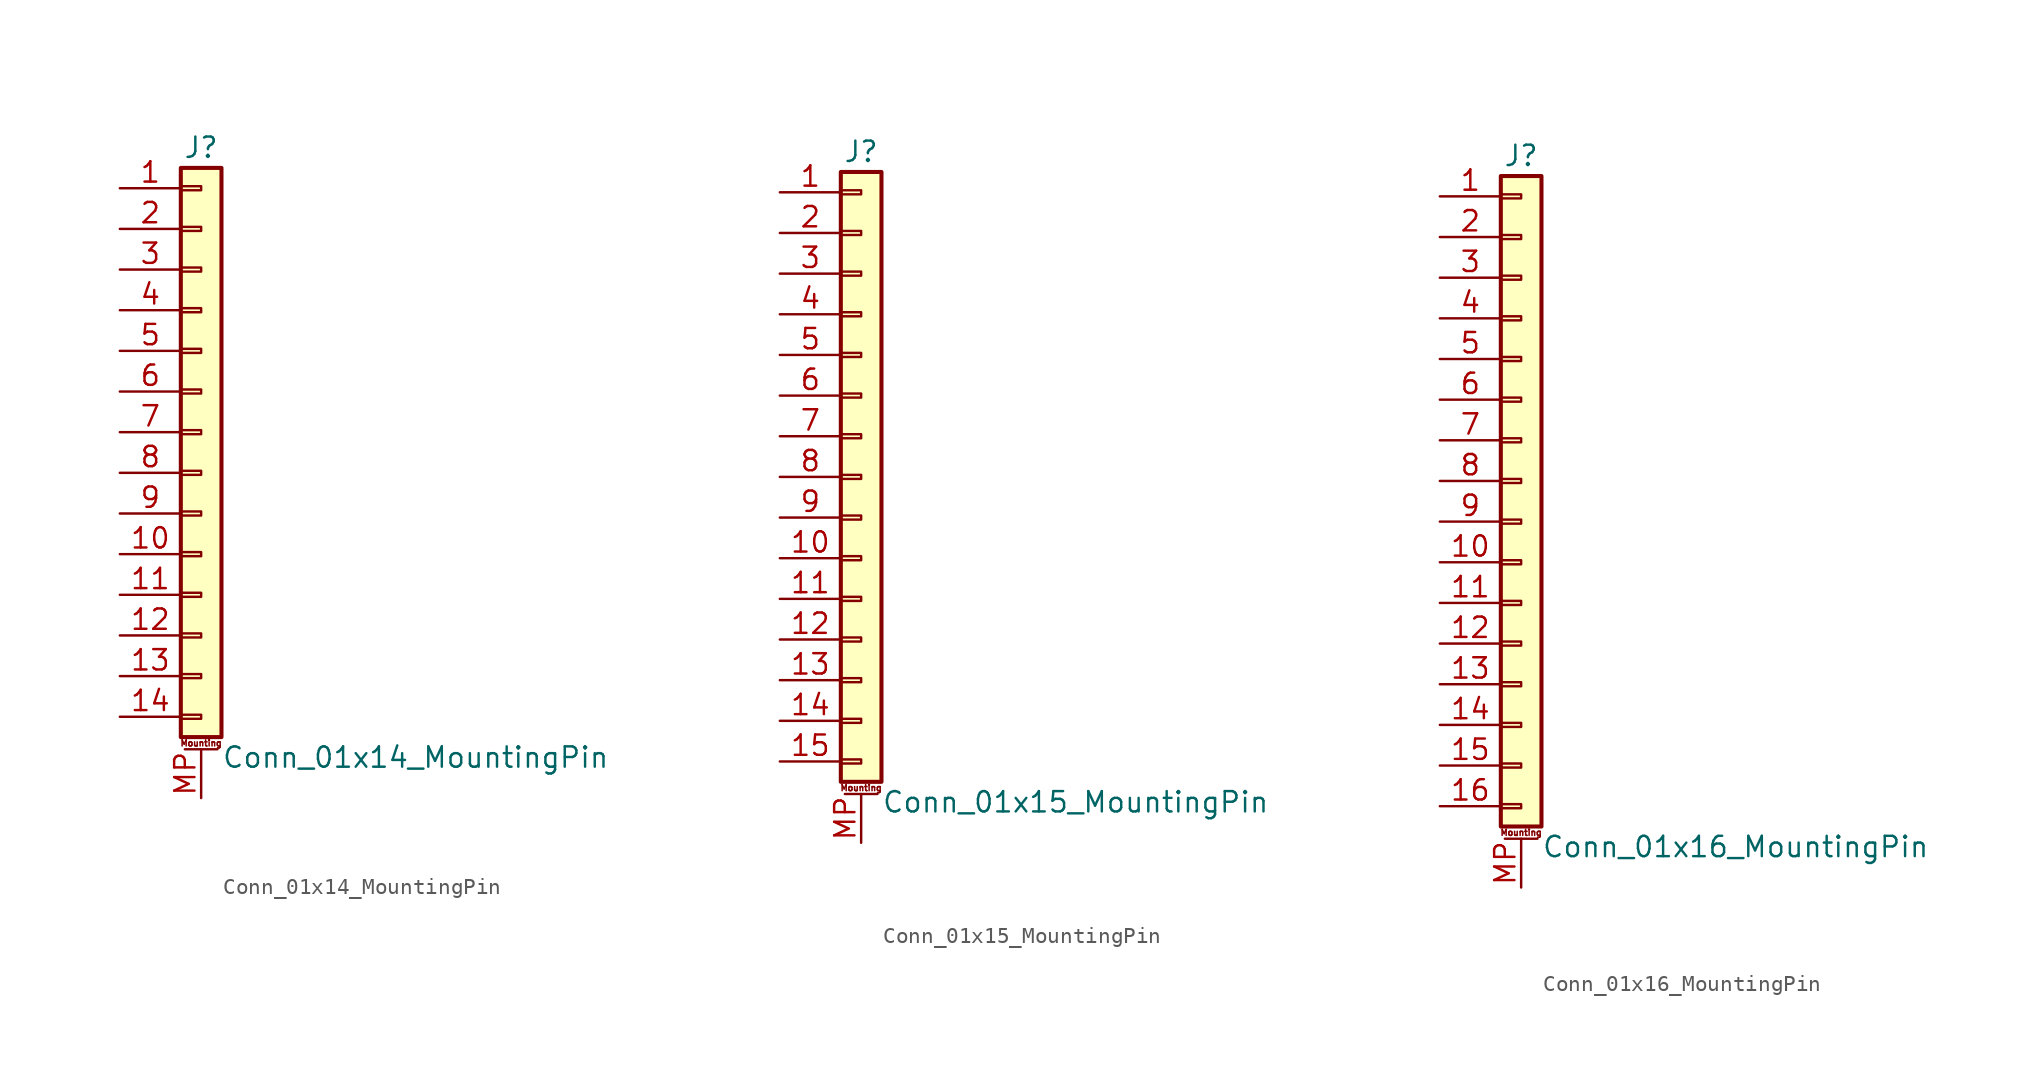
<source format=kicad_sym>
(kicad_symbol_lib
  (version 20201005)
  (generator kicad_symbol_editor)
  (symbol "Conn_01x14_MountingPin"
    (pin_names
      (offset 1.016) hide)
    (property "Reference" "J"
      (at 0 17.78 0)
      (effects (font (size 1.27 1.27))))
    (property "Value" "Conn_01x14_MountingPin"
      (at 1.27 -20.32 0)
      (effects (font (size 1.27 1.27)) (justify left)))
    (symbol "Conn_01x14_MountingPin_1_1"
      (text "Mounting" (at 0 -19.431 0) (effects (font (size 0.381 0.381))))
      (rectangle (start -1.27 -17.653) (end 0 -17.907) (stroke (width 0.152)) (fill (type none)))
      (rectangle (start -1.27 -15.113) (end 0 -15.367) (stroke (width 0.152)) (fill (type none)))
      (rectangle (start -1.27 -12.573) (end 0 -12.827) (stroke (width 0.152)) (fill (type none)))
      (rectangle (start -1.27 -10.033) (end 0 -10.287) (stroke (width 0.152)) (fill (type none)))
      (rectangle (start -1.27 -7.493) (end 0 -7.747) (stroke (width 0.152)) (fill (type none)))
      (rectangle (start -1.27 -4.953) (end 0 -5.207) (stroke (width 0.152)) (fill (type none)))
      (rectangle (start -1.27 -2.413) (end 0 -2.667) (stroke (width 0.152)) (fill (type none)))
      (rectangle (start -1.27 0.127) (end 0 -0.127) (stroke (width 0.152)) (fill (type none)))
      (rectangle (start -1.27 2.667) (end 0 2.413) (stroke (width 0.152)) (fill (type none)))
      (rectangle (start -1.27 5.207) (end 0 4.953) (stroke (width 0.152)) (fill (type none)))
      (rectangle (start -1.27 7.747) (end 0 7.493) (stroke (width 0.152)) (fill (type none)))
      (rectangle (start -1.27 10.287) (end 0 10.033) (stroke (width 0.152)) (fill (type none)))
      (rectangle (start -1.27 12.827) (end 0 12.573) (stroke (width 0.152)) (fill (type none)))
      (rectangle (start -1.27 15.367) (end 0 15.113) (stroke (width 0.152)) (fill (type none)))
      (rectangle (start -1.27 16.51) (end 1.27 -19.05) (stroke (width 0.254)) (fill (type background)))
      (polyline (pts (xy -1.016 -19.812) (xy 1.016 -19.812)) (stroke (width 0.152)) (fill (type none)))
      (pin passive line (at -5.08 15.24 0) (length 3.81) (name "Pin_1" (effects (font (size 1.27 1.27)))) (number "1" (effects (font (size 1.27 1.27)))))
      (pin passive line (at -5.08 -7.62 0) (length 3.81) (name "Pin_10" (effects (font (size 1.27 1.27)))) (number "10" (effects (font (size 1.27 1.27)))))
      (pin passive line (at -5.08 -10.16 0) (length 3.81) (name "Pin_11" (effects (font (size 1.27 1.27)))) (number "11" (effects (font (size 1.27 1.27)))))
      (pin passive line (at -5.08 -12.7 0) (length 3.81) (name "Pin_12" (effects (font (size 1.27 1.27)))) (number "12" (effects (font (size 1.27 1.27)))))
      (pin passive line (at -5.08 -15.24 0) (length 3.81) (name "Pin_13" (effects (font (size 1.27 1.27)))) (number "13" (effects (font (size 1.27 1.27)))))
      (pin passive line (at -5.08 -17.78 0) (length 3.81) (name "Pin_14" (effects (font (size 1.27 1.27)))) (number "14" (effects (font (size 1.27 1.27)))))
      (pin passive line (at -5.08 12.7 0) (length 3.81) (name "Pin_2" (effects (font (size 1.27 1.27)))) (number "2" (effects (font (size 1.27 1.27)))))
      (pin passive line (at -5.08 10.16 0) (length 3.81) (name "Pin_3" (effects (font (size 1.27 1.27)))) (number "3" (effects (font (size 1.27 1.27)))))
      (pin passive line (at -5.08 7.62 0) (length 3.81) (name "Pin_4" (effects (font (size 1.27 1.27)))) (number "4" (effects (font (size 1.27 1.27)))))
      (pin passive line (at -5.08 5.08 0) (length 3.81) (name "Pin_5" (effects (font (size 1.27 1.27)))) (number "5" (effects (font (size 1.27 1.27)))))
      (pin passive line (at -5.08 2.54 0) (length 3.81) (name "Pin_6" (effects (font (size 1.27 1.27)))) (number "6" (effects (font (size 1.27 1.27)))))
      (pin passive line (at -5.08 0 0) (length 3.81) (name "Pin_7" (effects (font (size 1.27 1.27)))) (number "7" (effects (font (size 1.27 1.27)))))
      (pin passive line (at -5.08 -2.54 0) (length 3.81) (name "Pin_8" (effects (font (size 1.27 1.27)))) (number "8" (effects (font (size 1.27 1.27)))))
      (pin passive line (at -5.08 -5.08 0) (length 3.81) (name "Pin_9" (effects (font (size 1.27 1.27)))) (number "9" (effects (font (size 1.27 1.27)))))
      (pin passive line (at 0 -22.86 90) (length 3.048) (name "MountPin" (effects (font (size 1.27 1.27)))) (number "MP" (effects (font (size 1.27 1.27)))))))
  (symbol "Conn_01x15_MountingPin"
    (pin_names
      (offset 1.016) hide)
    (property "Reference" "J"
      (at 0 20.32 0)
      (effects (font (size 1.27 1.27))))
    (property "Value" "Conn_01x15_MountingPin"
      (at 1.27 -20.32 0)
      (effects (font (size 1.27 1.27)) (justify left)))
    (symbol "Conn_01x15_MountingPin_1_1"
      (text "Mounting" (at 0 -19.431 0) (effects (font (size 0.381 0.381))))
      (rectangle (start -1.27 -17.653) (end 0 -17.907) (stroke (width 0.152)) (fill (type none)))
      (rectangle (start -1.27 -15.113) (end 0 -15.367) (stroke (width 0.152)) (fill (type none)))
      (rectangle (start -1.27 -12.573) (end 0 -12.827) (stroke (width 0.152)) (fill (type none)))
      (rectangle (start -1.27 -10.033) (end 0 -10.287) (stroke (width 0.152)) (fill (type none)))
      (rectangle (start -1.27 -7.493) (end 0 -7.747) (stroke (width 0.152)) (fill (type none)))
      (rectangle (start -1.27 -4.953) (end 0 -5.207) (stroke (width 0.152)) (fill (type none)))
      (rectangle (start -1.27 -2.413) (end 0 -2.667) (stroke (width 0.152)) (fill (type none)))
      (rectangle (start -1.27 0.127) (end 0 -0.127) (stroke (width 0.152)) (fill (type none)))
      (rectangle (start -1.27 2.667) (end 0 2.413) (stroke (width 0.152)) (fill (type none)))
      (rectangle (start -1.27 5.207) (end 0 4.953) (stroke (width 0.152)) (fill (type none)))
      (rectangle (start -1.27 7.747) (end 0 7.493) (stroke (width 0.152)) (fill (type none)))
      (rectangle (start -1.27 10.287) (end 0 10.033) (stroke (width 0.152)) (fill (type none)))
      (rectangle (start -1.27 12.827) (end 0 12.573) (stroke (width 0.152)) (fill (type none)))
      (rectangle (start -1.27 15.367) (end 0 15.113) (stroke (width 0.152)) (fill (type none)))
      (rectangle (start -1.27 17.907) (end 0 17.653) (stroke (width 0.152)) (fill (type none)))
      (rectangle (start -1.27 19.05) (end 1.27 -19.05) (stroke (width 0.254)) (fill (type background)))
      (polyline (pts (xy -1.016 -19.812) (xy 1.016 -19.812)) (stroke (width 0.152)) (fill (type none)))
      (pin passive line (at -5.08 17.78 0) (length 3.81) (name "Pin_1" (effects (font (size 1.27 1.27)))) (number "1" (effects (font (size 1.27 1.27)))))
      (pin passive line (at -5.08 -5.08 0) (length 3.81) (name "Pin_10" (effects (font (size 1.27 1.27)))) (number "10" (effects (font (size 1.27 1.27)))))
      (pin passive line (at -5.08 -7.62 0) (length 3.81) (name "Pin_11" (effects (font (size 1.27 1.27)))) (number "11" (effects (font (size 1.27 1.27)))))
      (pin passive line (at -5.08 -10.16 0) (length 3.81) (name "Pin_12" (effects (font (size 1.27 1.27)))) (number "12" (effects (font (size 1.27 1.27)))))
      (pin passive line (at -5.08 -12.7 0) (length 3.81) (name "Pin_13" (effects (font (size 1.27 1.27)))) (number "13" (effects (font (size 1.27 1.27)))))
      (pin passive line (at -5.08 -15.24 0) (length 3.81) (name "Pin_14" (effects (font (size 1.27 1.27)))) (number "14" (effects (font (size 1.27 1.27)))))
      (pin passive line (at -5.08 -17.78 0) (length 3.81) (name "Pin_15" (effects (font (size 1.27 1.27)))) (number "15" (effects (font (size 1.27 1.27)))))
      (pin passive line (at -5.08 15.24 0) (length 3.81) (name "Pin_2" (effects (font (size 1.27 1.27)))) (number "2" (effects (font (size 1.27 1.27)))))
      (pin passive line (at -5.08 12.7 0) (length 3.81) (name "Pin_3" (effects (font (size 1.27 1.27)))) (number "3" (effects (font (size 1.27 1.27)))))
      (pin passive line (at -5.08 10.16 0) (length 3.81) (name "Pin_4" (effects (font (size 1.27 1.27)))) (number "4" (effects (font (size 1.27 1.27)))))
      (pin passive line (at -5.08 7.62 0) (length 3.81) (name "Pin_5" (effects (font (size 1.27 1.27)))) (number "5" (effects (font (size 1.27 1.27)))))
      (pin passive line (at -5.08 5.08 0) (length 3.81) (name "Pin_6" (effects (font (size 1.27 1.27)))) (number "6" (effects (font (size 1.27 1.27)))))
      (pin passive line (at -5.08 2.54 0) (length 3.81) (name "Pin_7" (effects (font (size 1.27 1.27)))) (number "7" (effects (font (size 1.27 1.27)))))
      (pin passive line (at -5.08 0 0) (length 3.81) (name "Pin_8" (effects (font (size 1.27 1.27)))) (number "8" (effects (font (size 1.27 1.27)))))
      (pin passive line (at -5.08 -2.54 0) (length 3.81) (name "Pin_9" (effects (font (size 1.27 1.27)))) (number "9" (effects (font (size 1.27 1.27)))))
      (pin passive line (at 0 -22.86 90) (length 3.048) (name "MountPin" (effects (font (size 1.27 1.27)))) (number "MP" (effects (font (size 1.27 1.27)))))))
  (symbol "Conn_01x16_MountingPin"
    (pin_names
      (offset 1.016) hide)
    (property "Reference" "J"
      (at 0 20.32 0)
      (effects (font (size 1.27 1.27))))
    (property "Value" "Conn_01x16_MountingPin"
      (at 1.27 -22.86 0)
      (effects (font (size 1.27 1.27)) (justify left)))
    (symbol "Conn_01x16_MountingPin_1_1"
      (text "Mounting" (at 0 -21.971 0) (effects (font (size 0.381 0.381))))
      (rectangle (start -1.27 -20.193) (end 0 -20.447) (stroke (width 0.152)) (fill (type none)))
      (rectangle (start -1.27 -17.653) (end 0 -17.907) (stroke (width 0.152)) (fill (type none)))
      (rectangle (start -1.27 -15.113) (end 0 -15.367) (stroke (width 0.152)) (fill (type none)))
      (rectangle (start -1.27 -12.573) (end 0 -12.827) (stroke (width 0.152)) (fill (type none)))
      (rectangle (start -1.27 -10.033) (end 0 -10.287) (stroke (width 0.152)) (fill (type none)))
      (rectangle (start -1.27 -7.493) (end 0 -7.747) (stroke (width 0.152)) (fill (type none)))
      (rectangle (start -1.27 -4.953) (end 0 -5.207) (stroke (width 0.152)) (fill (type none)))
      (rectangle (start -1.27 -2.413) (end 0 -2.667) (stroke (width 0.152)) (fill (type none)))
      (rectangle (start -1.27 0.127) (end 0 -0.127) (stroke (width 0.152)) (fill (type none)))
      (rectangle (start -1.27 2.667) (end 0 2.413) (stroke (width 0.152)) (fill (type none)))
      (rectangle (start -1.27 5.207) (end 0 4.953) (stroke (width 0.152)) (fill (type none)))
      (rectangle (start -1.27 7.747) (end 0 7.493) (stroke (width 0.152)) (fill (type none)))
      (rectangle (start -1.27 10.287) (end 0 10.033) (stroke (width 0.152)) (fill (type none)))
      (rectangle (start -1.27 12.827) (end 0 12.573) (stroke (width 0.152)) (fill (type none)))
      (rectangle (start -1.27 15.367) (end 0 15.113) (stroke (width 0.152)) (fill (type none)))
      (rectangle (start -1.27 17.907) (end 0 17.653) (stroke (width 0.152)) (fill (type none)))
      (rectangle (start -1.27 19.05) (end 1.27 -21.59) (stroke (width 0.254)) (fill (type background)))
      (polyline (pts (xy -1.016 -22.352) (xy 1.016 -22.352)) (stroke (width 0.152)) (fill (type none)))
      (pin passive line (at -5.08 17.78 0) (length 3.81) (name "Pin_1" (effects (font (size 1.27 1.27)))) (number "1" (effects (font (size 1.27 1.27)))))
      (pin passive line (at -5.08 -5.08 0) (length 3.81) (name "Pin_10" (effects (font (size 1.27 1.27)))) (number "10" (effects (font (size 1.27 1.27)))))
      (pin passive line (at -5.08 -7.62 0) (length 3.81) (name "Pin_11" (effects (font (size 1.27 1.27)))) (number "11" (effects (font (size 1.27 1.27)))))
      (pin passive line (at -5.08 -10.16 0) (length 3.81) (name "Pin_12" (effects (font (size 1.27 1.27)))) (number "12" (effects (font (size 1.27 1.27)))))
      (pin passive line (at -5.08 -12.7 0) (length 3.81) (name "Pin_13" (effects (font (size 1.27 1.27)))) (number "13" (effects (font (size 1.27 1.27)))))
      (pin passive line (at -5.08 -15.24 0) (length 3.81) (name "Pin_14" (effects (font (size 1.27 1.27)))) (number "14" (effects (font (size 1.27 1.27)))))
      (pin passive line (at -5.08 -17.78 0) (length 3.81) (name "Pin_15" (effects (font (size 1.27 1.27)))) (number "15" (effects (font (size 1.27 1.27)))))
      (pin passive line (at -5.08 -20.32 0) (length 3.81) (name "Pin_16" (effects (font (size 1.27 1.27)))) (number "16" (effects (font (size 1.27 1.27)))))
      (pin passive line (at -5.08 15.24 0) (length 3.81) (name "Pin_2" (effects (font (size 1.27 1.27)))) (number "2" (effects (font (size 1.27 1.27)))))
      (pin passive line (at -5.08 12.7 0) (length 3.81) (name "Pin_3" (effects (font (size 1.27 1.27)))) (number "3" (effects (font (size 1.27 1.27)))))
      (pin passive line (at -5.08 10.16 0) (length 3.81) (name "Pin_4" (effects (font (size 1.27 1.27)))) (number "4" (effects (font (size 1.27 1.27)))))
      (pin passive line (at -5.08 7.62 0) (length 3.81) (name "Pin_5" (effects (font (size 1.27 1.27)))) (number "5" (effects (font (size 1.27 1.27)))))
      (pin passive line (at -5.08 5.08 0) (length 3.81) (name "Pin_6" (effects (font (size 1.27 1.27)))) (number "6" (effects (font (size 1.27 1.27)))))
      (pin passive line (at -5.08 2.54 0) (length 3.81) (name "Pin_7" (effects (font (size 1.27 1.27)))) (number "7" (effects (font (size 1.27 1.27)))))
      (pin passive line (at -5.08 0 0) (length 3.81) (name "Pin_8" (effects (font (size 1.27 1.27)))) (number "8" (effects (font (size 1.27 1.27)))))
      (pin passive line (at -5.08 -2.54 0) (length 3.81) (name "Pin_9" (effects (font (size 1.27 1.27)))) (number "9" (effects (font (size 1.27 1.27)))))
      (pin passive line (at 0 -25.4 90) (length 3.048) (name "MountPin" (effects (font (size 1.27 1.27)))) (number "MP" (effects (font (size 1.27 1.27))))))))
</source>
